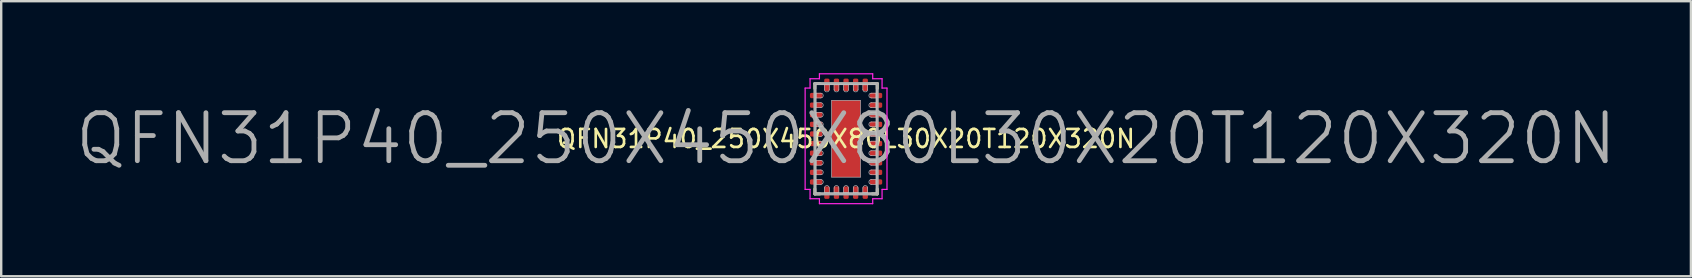
<source format=kicad_pcb>
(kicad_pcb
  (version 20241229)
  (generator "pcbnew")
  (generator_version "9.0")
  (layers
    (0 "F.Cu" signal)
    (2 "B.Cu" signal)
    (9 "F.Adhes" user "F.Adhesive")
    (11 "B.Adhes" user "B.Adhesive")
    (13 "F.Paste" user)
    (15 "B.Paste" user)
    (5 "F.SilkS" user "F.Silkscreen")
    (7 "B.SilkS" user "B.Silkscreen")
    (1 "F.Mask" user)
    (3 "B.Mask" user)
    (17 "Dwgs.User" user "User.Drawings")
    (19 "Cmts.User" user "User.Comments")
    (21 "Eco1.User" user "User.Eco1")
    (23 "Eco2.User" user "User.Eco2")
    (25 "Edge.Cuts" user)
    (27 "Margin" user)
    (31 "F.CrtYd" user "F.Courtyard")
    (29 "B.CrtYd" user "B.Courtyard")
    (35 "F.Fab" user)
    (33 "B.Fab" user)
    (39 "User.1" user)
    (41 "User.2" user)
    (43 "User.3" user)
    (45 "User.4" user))
  (footprint "QFN31P40_250X450X80L30X20T120X320N"
    (layer "F.Cu")
    (at 32.195 2.73)
    (property "Reference" "QFN31P40_250X450X80L30X20T120X320N" (at 0 0 0) (layer "F.SilkS") (effects (font (size 0.75 0.75) (thickness 0.11))))
    (attr smd)
    (fp_line (start -0.13 -1.365) (end 0.13 -1.365) (stroke (width 0.1) (type solid)) (layer "F.Mask"))
    (fp_line (start -0.13 -0.235) (end -0.13 -1.365) (stroke (width 0.1) (type solid)) (layer "F.Mask"))
    (fp_line (start -0.13 0.235) (end 0.13 0.235) (stroke (width 0.1) (type solid)) (layer "F.Mask"))
    (fp_line (start -0.13 1.365) (end -0.13 0.235) (stroke (width 0.1) (type solid)) (layer "F.Mask"))
    (fp_line (start 0.13 -1.365) (end 0.13 -0.235) (stroke (width 0.1) (type solid)) (layer "F.Mask"))
    (fp_line (start 0.13 -0.235) (end -0.13 -0.235) (stroke (width 0.1) (type solid)) (layer "F.Mask"))
    (fp_line (start 0.13 0.235) (end 0.13 1.365) (stroke (width 0.1) (type solid)) (layer "F.Mask"))
    (fp_line (start 0.13 1.365) (end -0.13 1.365) (stroke (width 0.1) (type solid)) (layer "F.Mask"))
    (fp_line (start -1.3 -2.3) (end -1.3 -2.09) (stroke (width 0.12) (type solid)) (layer "F.SilkS"))
    (fp_line (start -1.3 2.3) (end -1.3 2.09) (stroke (width 0.12) (type solid)) (layer "F.SilkS"))
    (fp_line (start -1.09 -2.3) (end -1.3 -2.3) (stroke (width 0.12) (type solid)) (layer "F.SilkS"))
    (fp_line (start -1.09 2.3) (end -1.3 2.3) (stroke (width 0.12) (type solid)) (layer "F.SilkS"))
    (fp_line (start 1.09 -2.3) (end 1.3 -2.3) (stroke (width 0.12) (type solid)) (layer "F.SilkS"))
    (fp_line (start 1.09 2.3) (end 1.3 2.3) (stroke (width 0.12) (type solid)) (layer "F.SilkS"))
    (fp_line (start 1.3 -2.3) (end 1.3 -2.09) (stroke (width 0.12) (type solid)) (layer "F.SilkS"))
    (fp_line (start 1.3 2.3) (end 1.3 2.09) (stroke (width 0.12) (type solid)) (layer "F.SilkS"))
    (fp_line (start -1.25 -2.25) (end 1.25 -2.25) (stroke (width 0.025) (type solid)) (layer "Dwgs.User"))
    (fp_line (start -1.25 -1.9) (end -1.25 -1.7) (stroke (width 0.025) (type solid)) (layer "Dwgs.User"))
    (fp_line (start -1.25 -1.7) (end -1.05 -1.7) (stroke (width 0.025) (type solid)) (layer "Dwgs.User"))
    (fp_line (start -1.25 -1.5) (end -1.25 -1.3) (stroke (width 0.025) (type solid)) (layer "Dwgs.User"))
    (fp_line (start -1.25 -1.3) (end -1.05 -1.3) (stroke (width 0.025) (type solid)) (layer "Dwgs.User"))
    (fp_line (start -1.25 -1.1) (end -1.25 -0.9) (stroke (width 0.025) (type solid)) (layer "Dwgs.User"))
    (fp_line (start -1.25 -0.9) (end -1.05 -0.9) (stroke (width 0.025) (type solid)) (layer "Dwgs.User"))
    (fp_line (start -1.25 -0.7) (end -1.25 -0.5) (stroke (width 0.025) (type solid)) (layer "Dwgs.User"))
    (fp_line (start -1.25 -0.5) (end -1.05 -0.5) (stroke (width 0.025) (type solid)) (layer "Dwgs.User"))
    (fp_line (start -1.25 -0.3) (end -1.25 -0.1) (stroke (width 0.025) (type solid)) (layer "Dwgs.User"))
    (fp_line (start -1.25 -0.1) (end -1.05 -0.1) (stroke (width 0.025) (type solid)) (layer "Dwgs.User"))
    (fp_line (start -1.25 0.1) (end -1.25 0.3) (stroke (width 0.025) (type solid)) (layer "Dwgs.User"))
    (fp_line (start -1.25 0.3) (end -1.05 0.3) (stroke (width 0.025) (type solid)) (layer "Dwgs.User"))
    (fp_line (start -1.25 0.5) (end -1.25 0.7) (stroke (width 0.025) (type solid)) (layer "Dwgs.User"))
    (fp_line (start -1.25 0.7) (end -1.05 0.7) (stroke (width 0.025) (type solid)) (layer "Dwgs.User"))
    (fp_line (start -1.25 0.9) (end -1.25 1.1) (stroke (width 0.025) (type solid)) (layer "Dwgs.User"))
    (fp_line (start -1.25 1.1) (end -1.05 1.1) (stroke (width 0.025) (type solid)) (layer "Dwgs.User"))
    (fp_line (start -1.25 1.3) (end -1.25 1.5) (stroke (width 0.025) (type solid)) (layer "Dwgs.User"))
    (fp_line (start -1.25 1.5) (end -1.05 1.5) (stroke (width 0.025) (type solid)) (layer "Dwgs.User"))
    (fp_line (start -1.25 1.7) (end -1.25 1.9) (stroke (width 0.025) (type solid)) (layer "Dwgs.User"))
    (fp_line (start -1.25 1.9) (end -1.05 1.9) (stroke (width 0.025) (type solid)) (layer "Dwgs.User"))
    (fp_line (start -1.25 2.25) (end -1.25 -2.25) (stroke (width 0.025) (type solid)) (layer "Dwgs.User"))
    (fp_line (start -1.05 -1.9) (end -1.25 -1.9) (stroke (width 0.025) (type solid)) (layer "Dwgs.User"))
    (fp_line (start -1.05 -1.5) (end -1.25 -1.5) (stroke (width 0.025) (type solid)) (layer "Dwgs.User"))
    (fp_line (start -1.05 -1.1) (end -1.25 -1.1) (stroke (width 0.025) (type solid)) (layer "Dwgs.User"))
    (fp_line (start -1.05 -0.7) (end -1.25 -0.7) (stroke (width 0.025) (type solid)) (layer "Dwgs.User"))
    (fp_line (start -1.05 -0.3) (end -1.25 -0.3) (stroke (width 0.025) (type solid)) (layer "Dwgs.User"))
    (fp_line (start -1.05 0.1) (end -1.25 0.1) (stroke (width 0.025) (type solid)) (layer "Dwgs.User"))
    (fp_line (start -1.05 0.5) (end -1.25 0.5) (stroke (width 0.025) (type solid)) (layer "Dwgs.User"))
    (fp_line (start -1.05 0.9) (end -1.25 0.9) (stroke (width 0.025) (type solid)) (layer "Dwgs.User"))
    (fp_line (start -1.05 1.3) (end -1.25 1.3) (stroke (width 0.025) (type solid)) (layer "Dwgs.User"))
    (fp_line (start -1.05 1.7) (end -1.25 1.7) (stroke (width 0.025) (type solid)) (layer "Dwgs.User"))
    (fp_line (start -0.9 -2.25) (end -0.9 -2.05) (stroke (width 0.025) (type solid)) (layer "Dwgs.User"))
    (fp_line (start -0.9 2.05) (end -0.9 2.25) (stroke (width 0.025) (type solid)) (layer "Dwgs.User"))
    (fp_line (start -0.9 2.25) (end -0.7 2.25) (stroke (width 0.025) (type solid)) (layer "Dwgs.User"))
    (fp_line (start -0.7 -2.25) (end -0.9 -2.25) (stroke (width 0.025) (type solid)) (layer "Dwgs.User"))
    (fp_line (start -0.7 -2.05) (end -0.7 -2.25) (stroke (width 0.025) (type solid)) (layer "Dwgs.User"))
    (fp_line (start -0.7 2.25) (end -0.7 2.05) (stroke (width 0.025) (type solid)) (layer "Dwgs.User"))
    (fp_line (start -0.6 -1.6) (end 0.6 -1.6) (stroke (width 0.025) (type solid)) (layer "Dwgs.User"))
    (fp_line (start -0.6 1.6) (end -0.6 -1.6) (stroke (width 0.025) (type solid)) (layer "Dwgs.User"))
    (fp_line (start -0.5 -2.25) (end -0.5 -2.05) (stroke (width 0.025) (type solid)) (layer "Dwgs.User"))
    (fp_line (start -0.5 2.05) (end -0.5 2.25) (stroke (width 0.025) (type solid)) (layer "Dwgs.User"))
    (fp_line (start -0.5 2.25) (end -0.3 2.25) (stroke (width 0.025) (type solid)) (layer "Dwgs.User"))
    (fp_line (start -0.3 -2.25) (end -0.5 -2.25) (stroke (width 0.025) (type solid)) (layer "Dwgs.User"))
    (fp_line (start -0.3 -2.05) (end -0.3 -2.25) (stroke (width 0.025) (type solid)) (layer "Dwgs.User"))
    (fp_line (start -0.3 2.25) (end -0.3 2.05) (stroke (width 0.025) (type solid)) (layer "Dwgs.User"))
    (fp_line (start -0.1 -2.25) (end -0.1 -2.05) (stroke (width 0.025) (type solid)) (layer "Dwgs.User"))
    (fp_line (start -0.1 2.05) (end -0.1 2.25) (stroke (width 0.025) (type solid)) (layer "Dwgs.User"))
    (fp_line (start -0.1 2.25) (end 0.1 2.25) (stroke (width 0.025) (type solid)) (layer "Dwgs.User"))
    (fp_line (start 0.1 -2.25) (end -0.1 -2.25) (stroke (width 0.025) (type solid)) (layer "Dwgs.User"))
    (fp_line (start 0.1 -2.05) (end 0.1 -2.25) (stroke (width 0.025) (type solid)) (layer "Dwgs.User"))
    (fp_line (start 0.1 2.25) (end 0.1 2.05) (stroke (width 0.025) (type solid)) (layer "Dwgs.User"))
    (fp_line (start 0.3 -2.25) (end 0.3 -2.05) (stroke (width 0.025) (type solid)) (layer "Dwgs.User"))
    (fp_line (start 0.3 2.05) (end 0.3 2.25) (stroke (width 0.025) (type solid)) (layer "Dwgs.User"))
    (fp_line (start 0.3 2.25) (end 0.5 2.25) (stroke (width 0.025) (type solid)) (layer "Dwgs.User"))
    (fp_line (start 0.5 -2.25) (end 0.3 -2.25) (stroke (width 0.025) (type solid)) (layer "Dwgs.User"))
    (fp_line (start 0.5 -2.05) (end 0.5 -2.25) (stroke (width 0.025) (type solid)) (layer "Dwgs.User"))
    (fp_line (start 0.5 2.25) (end 0.5 2.05) (stroke (width 0.025) (type solid)) (layer "Dwgs.User"))
    (fp_line (start 0.6 -1.6) (end 0.6 1.6) (stroke (width 0.025) (type solid)) (layer "Dwgs.User"))
    (fp_line (start 0.6 1.6) (end -0.6 1.6) (stroke (width 0.025) (type solid)) (layer "Dwgs.User"))
    (fp_line (start 0.7 -2.25) (end 0.7 -2.05) (stroke (width 0.025) (type solid)) (layer "Dwgs.User"))
    (fp_line (start 0.7 2.05) (end 0.7 2.25) (stroke (width 0.025) (type solid)) (layer "Dwgs.User"))
    (fp_line (start 0.7 2.25) (end 0.9 2.25) (stroke (width 0.025) (type solid)) (layer "Dwgs.User"))
    (fp_line (start 0.9 -2.25) (end 0.7 -2.25) (stroke (width 0.025) (type solid)) (layer "Dwgs.User"))
    (fp_line (start 0.9 -2.05) (end 0.9 -2.25) (stroke (width 0.025) (type solid)) (layer "Dwgs.User"))
    (fp_line (start 0.9 2.25) (end 0.9 2.05) (stroke (width 0.025) (type solid)) (layer "Dwgs.User"))
    (fp_line (start 1.05 -1.7) (end 1.25 -1.7) (stroke (width 0.025) (type solid)) (layer "Dwgs.User"))
    (fp_line (start 1.05 -1.3) (end 1.25 -1.3) (stroke (width 0.025) (type solid)) (layer "Dwgs.User"))
    (fp_line (start 1.05 -0.9) (end 1.25 -0.9) (stroke (width 0.025) (type solid)) (layer "Dwgs.User"))
    (fp_line (start 1.05 -0.5) (end 1.25 -0.5) (stroke (width 0.025) (type solid)) (layer "Dwgs.User"))
    (fp_line (start 1.05 -0.1) (end 1.25 -0.1) (stroke (width 0.025) (type solid)) (layer "Dwgs.User"))
    (fp_line (start 1.05 0.3) (end 1.25 0.3) (stroke (width 0.025) (type solid)) (layer "Dwgs.User"))
    (fp_line (start 1.05 0.7) (end 1.25 0.7) (stroke (width 0.025) (type solid)) (layer "Dwgs.User"))
    (fp_line (start 1.05 1.1) (end 1.25 1.1) (stroke (width 0.025) (type solid)) (layer "Dwgs.User"))
    (fp_line (start 1.05 1.5) (end 1.25 1.5) (stroke (width 0.025) (type solid)) (layer "Dwgs.User"))
    (fp_line (start 1.05 1.9) (end 1.25 1.9) (stroke (width 0.025) (type solid)) (layer "Dwgs.User"))
    (fp_line (start 1.25 -2.25) (end 1.25 2.25) (stroke (width 0.025) (type solid)) (layer "Dwgs.User"))
    (fp_line (start 1.25 -1.9) (end 1.05 -1.9) (stroke (width 0.025) (type solid)) (layer "Dwgs.User"))
    (fp_line (start 1.25 -1.7) (end 1.25 -1.9) (stroke (width 0.025) (type solid)) (layer "Dwgs.User"))
    (fp_line (start 1.25 -1.5) (end 1.05 -1.5) (stroke (width 0.025) (type solid)) (layer "Dwgs.User"))
    (fp_line (start 1.25 -1.3) (end 1.25 -1.5) (stroke (width 0.025) (type solid)) (layer "Dwgs.User"))
    (fp_line (start 1.25 -1.1) (end 1.05 -1.1) (stroke (width 0.025) (type solid)) (layer "Dwgs.User"))
    (fp_line (start 1.25 -0.9) (end 1.25 -1.1) (stroke (width 0.025) (type solid)) (layer "Dwgs.User"))
    (fp_line (start 1.25 -0.7) (end 1.05 -0.7) (stroke (width 0.025) (type solid)) (layer "Dwgs.User"))
    (fp_line (start 1.25 -0.5) (end 1.25 -0.7) (stroke (width 0.025) (type solid)) (layer "Dwgs.User"))
    (fp_line (start 1.25 -0.3) (end 1.05 -0.3) (stroke (width 0.025) (type solid)) (layer "Dwgs.User"))
    (fp_line (start 1.25 -0.1) (end 1.25 -0.3) (stroke (width 0.025) (type solid)) (layer "Dwgs.User"))
    (fp_line (start 1.25 0.1) (end 1.05 0.1) (stroke (width 0.025) (type solid)) (layer "Dwgs.User"))
    (fp_line (start 1.25 0.3) (end 1.25 0.1) (stroke (width 0.025) (type solid)) (layer "Dwgs.User"))
    (fp_line (start 1.25 0.5) (end 1.05 0.5) (stroke (width 0.025) (type solid)) (layer "Dwgs.User"))
    (fp_line (start 1.25 0.7) (end 1.25 0.5) (stroke (width 0.025) (type solid)) (layer "Dwgs.User"))
    (fp_line (start 1.25 0.9) (end 1.05 0.9) (stroke (width 0.025) (type solid)) (layer "Dwgs.User"))
    (fp_line (start 1.25 1.1) (end 1.25 0.9) (stroke (width 0.025) (type solid)) (layer "Dwgs.User"))
    (fp_line (start 1.25 1.3) (end 1.05 1.3) (stroke (width 0.025) (type solid)) (layer "Dwgs.User"))
    (fp_line (start 1.25 1.5) (end 1.25 1.3) (stroke (width 0.025) (type solid)) (layer "Dwgs.User"))
    (fp_line (start 1.25 1.7) (end 1.05 1.7) (stroke (width 0.025) (type solid)) (layer "Dwgs.User"))
    (fp_line (start 1.25 1.9) (end 1.25 1.7) (stroke (width 0.025) (type solid)) (layer "Dwgs.User"))
    (fp_line (start 1.25 2.25) (end -1.25 2.25) (stroke (width 0.025) (type solid)) (layer "Dwgs.User"))
    (fp_arc (start -1.05 -1.9) (mid -0.95 -1.8) (end -1.05 -1.7) (stroke (width 0.025) (type solid)) (layer "Dwgs.User"))
    (fp_arc (start -1.05 -1.5) (mid -0.95 -1.4) (end -1.05 -1.3) (stroke (width 0.025) (type solid)) (layer "Dwgs.User"))
    (fp_arc (start -1.05 -1.1) (mid -0.95 -1) (end -1.05 -0.9) (stroke (width 0.025) (type solid)) (layer "Dwgs.User"))
    (fp_arc (start -1.05 -0.7) (mid -0.95 -0.6) (end -1.05 -0.5) (stroke (width 0.025) (type solid)) (layer "Dwgs.User"))
    (fp_arc (start -1.05 -0.3) (mid -0.95 -0.2) (end -1.05 -0.1) (stroke (width 0.025) (type solid)) (layer "Dwgs.User"))
    (fp_arc (start -1.05 0.1) (mid -0.95 0.2) (end -1.05 0.3) (stroke (width 0.025) (type solid)) (layer "Dwgs.User"))
    (fp_arc (start -1.05 0.5) (mid -0.95 0.6) (end -1.05 0.7) (stroke (width 0.025) (type solid)) (layer "Dwgs.User"))
    (fp_arc (start -1.05 0.9) (mid -0.95 1) (end -1.05 1.1) (stroke (width 0.025) (type solid)) (layer "Dwgs.User"))
    (fp_arc (start -1.05 1.3) (mid -0.95 1.4) (end -1.05 1.5) (stroke (width 0.025) (type solid)) (layer "Dwgs.User"))
    (fp_arc (start -1.05 1.7) (mid -0.95 1.8) (end -1.05 1.9) (stroke (width 0.025) (type solid)) (layer "Dwgs.User"))
    (fp_arc (start -0.9 2.05) (mid -0.8 1.95) (end -0.7 2.05) (stroke (width 0.025) (type solid)) (layer "Dwgs.User"))
    (fp_arc (start -0.7 -2.05) (mid -0.8 -1.95) (end -0.9 -2.05) (stroke (width 0.025) (type solid)) (layer "Dwgs.User"))
    (fp_arc (start -0.5 2.05) (mid -0.4 1.95) (end -0.3 2.05) (stroke (width 0.025) (type solid)) (layer "Dwgs.User"))
    (fp_arc (start -0.3 -2.05) (mid -0.4 -1.95) (end -0.5 -2.05) (stroke (width 0.025) (type solid)) (layer "Dwgs.User"))
    (fp_arc (start -0.1 2.05) (mid 0 1.95) (end 0.1 2.05) (stroke (width 0.025) (type solid)) (layer "Dwgs.User"))
    (fp_arc (start 0.1 -2.05) (mid 0 -1.95) (end -0.1 -2.05) (stroke (width 0.025) (type solid)) (layer "Dwgs.User"))
    (fp_arc (start 0.3 2.05) (mid 0.4 1.95) (end 0.5 2.05) (stroke (width 0.025) (type solid)) (layer "Dwgs.User"))
    (fp_arc (start 0.5 -2.05) (mid 0.4 -1.95) (end 0.3 -2.05) (stroke (width 0.025) (type solid)) (layer "Dwgs.User"))
    (fp_arc (start 0.7 2.05) (mid 0.8 1.95) (end 0.9 2.05) (stroke (width 0.025) (type solid)) (layer "Dwgs.User"))
    (fp_arc (start 0.9 -2.05) (mid 0.8 -1.95) (end 0.7 -2.05) (stroke (width 0.025) (type solid)) (layer "Dwgs.User"))
    (fp_arc (start 1.05 -1.7) (mid 0.95 -1.8) (end 1.05 -1.9) (stroke (width 0.025) (type solid)) (layer "Dwgs.User"))
    (fp_arc (start 1.05 -1.3) (mid 0.95 -1.4) (end 1.05 -1.5) (stroke (width 0.025) (type solid)) (layer "Dwgs.User"))
    (fp_arc (start 1.05 -0.9) (mid 0.95 -1) (end 1.05 -1.1) (stroke (width 0.025) (type solid)) (layer "Dwgs.User"))
    (fp_arc (start 1.05 -0.5) (mid 0.95 -0.6) (end 1.05 -0.7) (stroke (width 0.025) (type solid)) (layer "Dwgs.User"))
    (fp_arc (start 1.05 -0.1) (mid 0.95 -0.2) (end 1.05 -0.3) (stroke (width 0.025) (type solid)) (layer "Dwgs.User"))
    (fp_arc (start 1.05 0.3) (mid 0.95 0.2) (end 1.05 0.1) (stroke (width 0.025) (type solid)) (layer "Dwgs.User"))
    (fp_arc (start 1.05 0.7) (mid 0.95 0.6) (end 1.05 0.5) (stroke (width 0.025) (type solid)) (layer "Dwgs.User"))
    (fp_arc (start 1.05 1.1) (mid 0.95 1) (end 1.05 0.9) (stroke (width 0.025) (type solid)) (layer "Dwgs.User"))
    (fp_arc (start 1.05 1.5) (mid 0.95 1.4) (end 1.05 1.3) (stroke (width 0.025) (type solid)) (layer "Dwgs.User"))
    (fp_arc (start 1.05 1.9) (mid 0.95 1.8) (end 1.05 1.7) (stroke (width 0.025) (type solid)) (layer "Dwgs.User"))
    (fp_line (start -1.705 -2.11) (end -1.705 2.11) (stroke (width 0.05) (type solid)) (layer "F.CrtYd"))
    (fp_line (start -1.705 2.11) (end -1.5 2.11) (stroke (width 0.05) (type solid)) (layer "F.CrtYd"))
    (fp_line (start -1.5 -2.5) (end -1.5 -2.11) (stroke (width 0.05) (type solid)) (layer "F.CrtYd"))
    (fp_line (start -1.5 -2.11) (end -1.705 -2.11) (stroke (width 0.05) (type solid)) (layer "F.CrtYd"))
    (fp_line (start -1.5 2.11) (end -1.5 2.5) (stroke (width 0.05) (type solid)) (layer "F.CrtYd"))
    (fp_line (start -1.5 2.5) (end -1.11 2.5) (stroke (width 0.05) (type solid)) (layer "F.CrtYd"))
    (fp_line (start -1.11 -2.705) (end -1.11 -2.5) (stroke (width 0.05) (type solid)) (layer "F.CrtYd"))
    (fp_line (start -1.11 -2.5) (end -1.5 -2.5) (stroke (width 0.05) (type solid)) (layer "F.CrtYd"))
    (fp_line (start -1.11 2.5) (end -1.11 2.705) (stroke (width 0.05) (type solid)) (layer "F.CrtYd"))
    (fp_line (start -1.11 2.705) (end 1.11 2.705) (stroke (width 0.05) (type solid)) (layer "F.CrtYd"))
    (fp_line (start 1.11 -2.705) (end -1.11 -2.705) (stroke (width 0.05) (type solid)) (layer "F.CrtYd"))
    (fp_line (start 1.11 -2.5) (end 1.11 -2.705) (stroke (width 0.05) (type solid)) (layer "F.CrtYd"))
    (fp_line (start 1.11 2.5) (end 1.5 2.5) (stroke (width 0.05) (type solid)) (layer "F.CrtYd"))
    (fp_line (start 1.11 2.705) (end 1.11 2.5) (stroke (width 0.05) (type solid)) (layer "F.CrtYd"))
    (fp_line (start 1.5 -2.5) (end 1.11 -2.5) (stroke (width 0.05) (type solid)) (layer "F.CrtYd"))
    (fp_line (start 1.5 -2.11) (end 1.5 -2.5) (stroke (width 0.05) (type solid)) (layer "F.CrtYd"))
    (fp_line (start 1.5 2.11) (end 1.705 2.11) (stroke (width 0.05) (type solid)) (layer "F.CrtYd"))
    (fp_line (start 1.5 2.5) (end 1.5 2.11) (stroke (width 0.05) (type solid)) (layer "F.CrtYd"))
    (fp_line (start 1.705 -2.11) (end 1.5 -2.11) (stroke (width 0.05) (type solid)) (layer "F.CrtYd"))
    (fp_line (start 1.705 2.11) (end 1.705 -2.11) (stroke (width 0.05) (type solid)) (layer "F.CrtYd"))
    (fp_line (start -1.3 -2.3) (end 1.3 -2.3) (stroke (width 0.12) (type solid)) (layer "F.Fab"))
    (fp_line (start -1.3 2.3) (end -1.3 -2.3) (stroke (width 0.12) (type solid)) (layer "F.Fab"))
    (fp_line (start 1.3 -2.3) (end 1.3 2.3) (stroke (width 0.12) (type solid)) (layer "F.Fab"))
    (fp_line (start 1.3 2.3) (end -1.3 2.3) (stroke (width 0.12) (type solid)) (layer "F.Fab"))
    (fp_text user "${REFERENCE}" (at 0 0 0) (layer "F.Fab") (effects (font (size 2 2) (thickness 0.2))))
    (pad "" smd rect (at 0 -0.8 90) (size 1.13 0.26) (layers "F.Paste"))
    (pad "" smd rect (at 0 0.8 90) (size 1.13 0.26) (layers "F.Paste"))
    (pad "1" smd roundrect (at -1.245 -1.8) (size 0.52 0.22) (layers "F.Cu" "F.Mask" "F.Paste") (roundrect_rratio 0.273))
    (pad "2" smd roundrect (at -1.245 -1.4) (size 0.52 0.22) (layers "F.Cu" "F.Mask" "F.Paste") (roundrect_rratio 0.273))
    (pad "3" smd roundrect (at -1.245 -1) (size 0.52 0.22) (layers "F.Cu" "F.Mask" "F.Paste") (roundrect_rratio 0.273))
    (pad "4" smd roundrect (at -1.245 -0.6) (size 0.52 0.22) (layers "F.Cu" "F.Mask" "F.Paste") (roundrect_rratio 0.273))
    (pad "5" smd roundrect (at -1.245 -0.2) (size 0.52 0.22) (layers "F.Cu" "F.Mask" "F.Paste") (roundrect_rratio 0.273))
    (pad "6" smd roundrect (at -1.245 0.2) (size 0.52 0.22) (layers "F.Cu" "F.Mask" "F.Paste") (roundrect_rratio 0.273))
    (pad "7" smd roundrect (at -1.245 0.6) (size 0.52 0.22) (layers "F.Cu" "F.Mask" "F.Paste") (roundrect_rratio 0.273))
    (pad "8" smd roundrect (at -1.245 1) (size 0.52 0.22) (layers "F.Cu" "F.Mask" "F.Paste") (roundrect_rratio 0.273))
    (pad "9" smd roundrect (at -1.245 1.4) (size 0.52 0.22) (layers "F.Cu" "F.Mask" "F.Paste") (roundrect_rratio 0.273))
    (pad "10" smd roundrect (at -1.245 1.8) (size 0.52 0.22) (layers "F.Cu" "F.Mask" "F.Paste") (roundrect_rratio 0.273))
    (pad "11" smd roundrect (at -0.8 2.245 90) (size 0.52 0.22) (layers "F.Cu" "F.Mask" "F.Paste") (roundrect_rratio 0.273))
    (pad "12" smd roundrect (at -0.4 2.245 90) (size 0.52 0.22) (layers "F.Cu" "F.Mask" "F.Paste") (roundrect_rratio 0.273))
    (pad "13" smd roundrect (at 0 2.245 90) (size 0.52 0.22) (layers "F.Cu" "F.Mask" "F.Paste") (roundrect_rratio 0.273))
    (pad "14" smd roundrect (at 0.4 2.245 90) (size 0.52 0.22) (layers "F.Cu" "F.Mask" "F.Paste") (roundrect_rratio 0.273))
    (pad "15" smd roundrect (at 0.8 2.245 90) (size 0.52 0.22) (layers "F.Cu" "F.Mask" "F.Paste") (roundrect_rratio 0.273))
    (pad "16" smd roundrect (at 1.245 1.8) (size 0.52 0.22) (layers "F.Cu" "F.Mask" "F.Paste") (roundrect_rratio 0.273))
    (pad "17" smd roundrect (at 1.245 1.4) (size 0.52 0.22) (layers "F.Cu" "F.Mask" "F.Paste") (roundrect_rratio 0.273))
    (pad "18" smd roundrect (at 1.245 1) (size 0.52 0.22) (layers "F.Cu" "F.Mask" "F.Paste") (roundrect_rratio 0.273))
    (pad "19" smd roundrect (at 1.245 0.6) (size 0.52 0.22) (layers "F.Cu" "F.Mask" "F.Paste") (roundrect_rratio 0.273))
    (pad "20" smd roundrect (at 1.245 0.2) (size 0.52 0.22) (layers "F.Cu" "F.Mask" "F.Paste") (roundrect_rratio 0.273))
    (pad "21" smd roundrect (at 1.245 -0.2) (size 0.52 0.22) (layers "F.Cu" "F.Mask" "F.Paste") (roundrect_rratio 0.273))
    (pad "22" smd roundrect (at 1.245 -0.6) (size 0.52 0.22) (layers "F.Cu" "F.Mask" "F.Paste") (roundrect_rratio 0.273))
    (pad "23" smd roundrect (at 1.245 -1) (size 0.52 0.22) (layers "F.Cu" "F.Mask" "F.Paste") (roundrect_rratio 0.273))
    (pad "24" smd roundrect (at 1.245 -1.4) (size 0.52 0.22) (layers "F.Cu" "F.Mask" "F.Paste") (roundrect_rratio 0.273))
    (pad "25" smd roundrect (at 1.245 -1.8) (size 0.52 0.22) (layers "F.Cu" "F.Mask" "F.Paste") (roundrect_rratio 0.273))
    (pad "26" smd roundrect (at 0.8 -2.245 90) (size 0.52 0.22) (layers "F.Cu" "F.Mask" "F.Paste") (roundrect_rratio 0.273))
    (pad "27" smd roundrect (at 0.4 -2.245 90) (size 0.52 0.22) (layers "F.Cu" "F.Mask" "F.Paste") (roundrect_rratio 0.273))
    (pad "28" smd roundrect (at 0 -2.245 90) (size 0.52 0.22) (layers "F.Cu" "F.Mask" "F.Paste") (roundrect_rratio 0.273))
    (pad "29" smd roundrect (at -0.4 -2.245 90) (size 0.52 0.22) (layers "F.Cu" "F.Mask" "F.Paste") (roundrect_rratio 0.273))
    (pad "30" smd roundrect (at -0.8 -2.245 90) (size 0.52 0.22) (layers "F.Cu" "F.Mask" "F.Paste") (roundrect_rratio 0.273))
    (pad "31" smd rect (at 0 0 90) (size 3.2 1.2) (layers "F.Cu")))
  (gr_rect
    (start -3 -3)
    (end 67.39 8.46)
    (stroke (width 0.1) (type default))
    (fill no)
    (layer "Edge.Cuts")))
</source>
